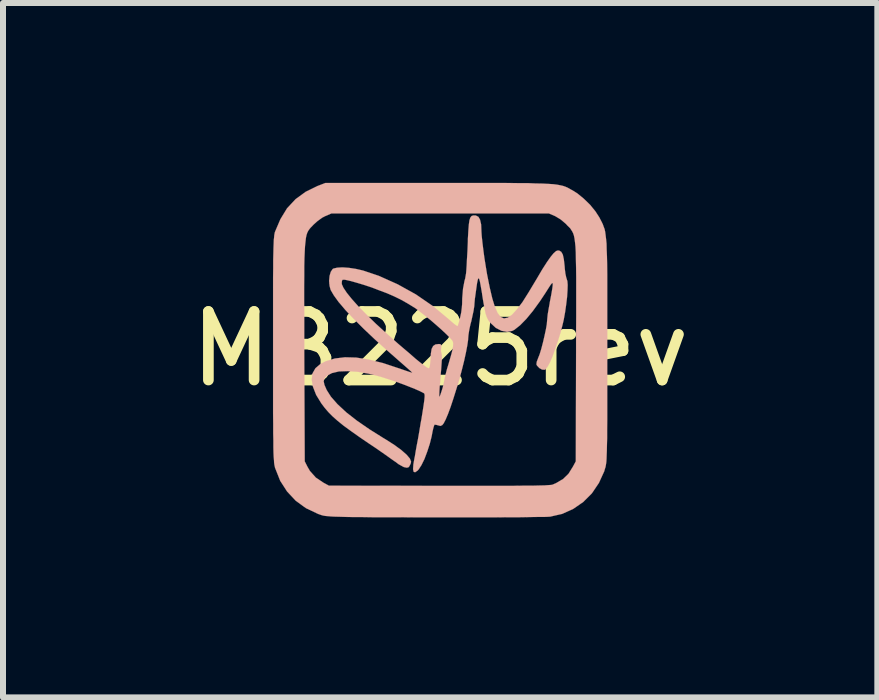
<source format=kicad_pcb>
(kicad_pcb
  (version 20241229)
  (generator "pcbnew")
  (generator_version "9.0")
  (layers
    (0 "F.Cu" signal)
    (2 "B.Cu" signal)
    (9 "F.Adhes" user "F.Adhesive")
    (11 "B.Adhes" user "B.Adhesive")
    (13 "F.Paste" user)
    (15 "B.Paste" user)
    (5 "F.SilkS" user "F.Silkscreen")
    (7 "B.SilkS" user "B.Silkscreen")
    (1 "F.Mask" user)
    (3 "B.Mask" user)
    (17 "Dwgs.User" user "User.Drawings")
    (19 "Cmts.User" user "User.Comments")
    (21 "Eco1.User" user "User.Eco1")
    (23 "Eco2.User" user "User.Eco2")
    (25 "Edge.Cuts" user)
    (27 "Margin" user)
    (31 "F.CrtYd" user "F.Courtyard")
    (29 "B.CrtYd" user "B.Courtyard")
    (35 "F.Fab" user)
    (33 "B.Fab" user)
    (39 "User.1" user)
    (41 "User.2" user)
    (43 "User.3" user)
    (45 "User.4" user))
  (footprint "MB225rev"
    (layer "F.Cu")
    (at 4.289 2.767)
    (property "Reference" "MB225rev" (at 0 0 0) (layer "F.SilkS") (effects (font (size 1.143 1.143) (thickness 0.178))))
    (attr through_hole)
    (fp_poly (pts (xy -2.786 0.61) (xy -2.786 0.853) (xy -2.786 1.067) (xy -2.784 1.247) (xy -2.784 1.402) (xy -2.781 1.532) (xy -2.781 1.641) (xy -2.779 1.727) (xy -2.776 1.798) (xy -2.771 1.854) (xy -2.769 1.897) (xy -2.764 1.933) (xy -2.758 1.961) (xy -2.753 1.984) (xy -2.748 1.996) (xy -2.667 2.2) (xy -2.553 2.377) (xy -2.408 2.532) (xy -2.268 2.634) (xy -2.268 -0.81) (xy -2.268 -1.029) (xy -2.266 -1.217) (xy -2.266 -1.377) (xy -2.263 -1.511) (xy -2.258 -1.626) (xy -2.253 -1.717) (xy -2.245 -1.791) (xy -2.238 -1.852) (xy -2.228 -1.9) (xy -2.215 -1.938) (xy -2.2 -1.968) (xy -2.182 -1.994) (xy -2.162 -2.019) (xy -2.139 -2.042) (xy -2.113 -2.07) (xy -2.045 -2.131) (xy -1.968 -2.187) (xy -1.92 -2.212) (xy -1.814 -2.258) (xy 0 -2.258) (xy 1.814 -2.258) (xy 1.92 -2.212) (xy 2.012 -2.156) (xy 2.098 -2.083) (xy 2.116 -2.062) (xy 2.144 -2.035) (xy 2.167 -2.012) (xy 2.184 -1.986) (xy 2.202 -1.958) (xy 2.217 -1.928) (xy 2.23 -1.89) (xy 2.24 -1.841) (xy 2.248 -1.781) (xy 2.256 -1.704) (xy 2.261 -1.61) (xy 2.263 -1.496) (xy 2.266 -1.359) (xy 2.268 -1.199) (xy 2.268 -1.008) (xy 2.268 -0.787) (xy 2.268 -0.536) (xy 2.266 -0.246) (xy 2.266 0.053) (xy 2.261 1.875) (xy 2.212 1.966) (xy 2.139 2.083) (xy 2.05 2.169) (xy 1.933 2.238) (xy 1.875 2.263) (xy 1.854 2.268) (xy 1.811 2.271) (xy 1.742 2.276) (xy 1.651 2.278) (xy 1.534 2.281) (xy 1.387 2.281) (xy 1.209 2.283) (xy 1.001 2.283) (xy 0.757 2.283) (xy 0.478 2.283) (xy 0.16 2.283) (xy -0.02 2.283) (xy -1.854 2.281) (xy -1.948 2.23) (xy -2.073 2.146) (xy -2.172 2.035) (xy -2.212 1.966) (xy -2.258 1.875) (xy -2.266 0.051) (xy -2.266 -0.272) (xy -2.266 -0.559) (xy -2.268 -0.81) (xy -2.268 2.634) (xy -2.235 2.657) (xy -2.037 2.751) (xy -1.986 2.769) (xy -1.963 2.776) (xy -1.941 2.781) (xy -1.91 2.786) (xy -1.869 2.789) (xy -1.819 2.794) (xy -1.755 2.797) (xy -1.674 2.799) (xy -1.575 2.802) (xy -1.455 2.804) (xy -1.308 2.804) (xy -1.135 2.807) (xy -0.932 2.807) (xy -0.699 2.807) (xy -0.429 2.809) (xy -0.122 2.809) (xy -0.081 2.809) (xy 0.188 2.809) (xy 0.447 2.809) (xy 0.696 2.809) (xy 0.927 2.809) (xy 1.138 2.807) (xy 1.328 2.807) (xy 1.494 2.804) (xy 1.628 2.802) (xy 1.735 2.802) (xy 1.803 2.799) (xy 1.834 2.797) (xy 2.035 2.751) (xy 2.22 2.667) (xy 2.385 2.553) (xy 2.53 2.408) (xy 2.647 2.235) (xy 2.736 2.04) (xy 2.748 1.996) (xy 2.756 1.974) (xy 2.761 1.948) (xy 2.766 1.918) (xy 2.771 1.882) (xy 2.774 1.834) (xy 2.776 1.773) (xy 2.779 1.697) (xy 2.781 1.6) (xy 2.784 1.486) (xy 2.784 1.346) (xy 2.786 1.184) (xy 2.786 0.988) (xy 2.786 0.765) (xy 2.786 0.508) (xy 2.786 0.213) (xy 2.786 0.02) (xy 2.786 -0.302) (xy 2.786 -0.589) (xy 2.786 -0.841) (xy 2.786 -1.057) (xy 2.786 -1.245) (xy 2.784 -1.407) (xy 2.781 -1.544) (xy 2.776 -1.659) (xy 2.774 -1.755) (xy 2.766 -1.834) (xy 2.758 -1.9) (xy 2.751 -1.953) (xy 2.741 -1.999) (xy 2.725 -2.04) (xy 2.713 -2.075) (xy 2.695 -2.113) (xy 2.675 -2.151) (xy 2.654 -2.192) (xy 2.588 -2.294) (xy 2.499 -2.403) (xy 2.395 -2.504) (xy 2.289 -2.591) (xy 2.23 -2.629) (xy 2.189 -2.652) (xy 2.154 -2.672) (xy 2.121 -2.69) (xy 2.085 -2.705) (xy 2.047 -2.718) (xy 2.002 -2.728) (xy 1.948 -2.738) (xy 1.885 -2.746) (xy 1.803 -2.751) (xy 1.709 -2.756) (xy 1.593 -2.758) (xy 1.455 -2.764) (xy 1.293 -2.764) (xy 1.105 -2.766) (xy 0.886 -2.766) (xy 0.635 -2.766) (xy 0.348 -2.766) (xy 0.023 -2.766) (xy -0.02 -2.766) (xy -1.915 -2.766) (xy -2.047 -2.715) (xy -2.243 -2.619) (xy -2.41 -2.497) (xy -2.553 -2.344) (xy -2.664 -2.162) (xy -2.748 -1.966) (xy -2.756 -1.946) (xy -2.761 -1.923) (xy -2.766 -1.895) (xy -2.769 -1.859) (xy -2.774 -1.814) (xy -2.776 -1.758) (xy -2.779 -1.684) (xy -2.781 -1.593) (xy -2.784 -1.481) (xy -2.784 -1.346) (xy -2.786 -1.186) (xy -2.786 -0.998) (xy -2.786 -0.78) (xy -2.786 -0.528) (xy -2.786 -0.239) (xy -2.786 0.01) (xy -2.786 0.328) (xy -2.786 0.61)) (stroke (width 0.003) (type solid)) (fill yes) (layer "B.SilkS"))
    (fp_poly (pts (xy -2.141 0.516) (xy -2.121 0.632) (xy -2.068 0.767) (xy -1.981 0.909) (xy -1.925 0.983) (xy -1.864 1.054) (xy -1.796 1.123) (xy -1.714 1.196) (xy -1.613 1.278) (xy -1.491 1.367) (xy -1.344 1.471) (xy -1.196 1.572) (xy -1.085 1.646) (xy -0.978 1.72) (xy -0.884 1.786) (xy -0.81 1.839) (xy -0.759 1.875) (xy -0.754 1.877) (xy -0.693 1.923) (xy -0.63 1.958) (xy -0.605 1.971) (xy -0.556 1.981) (xy -0.528 1.974) (xy -0.513 1.956) (xy -0.49 1.908) (xy -0.485 1.88) (xy -0.505 1.829) (xy -0.559 1.765) (xy -0.645 1.689) (xy -0.762 1.603) (xy -0.909 1.509) (xy -0.94 1.491) (xy -1.179 1.341) (xy -1.389 1.196) (xy -1.567 1.057) (xy -1.712 0.922) (xy -1.821 0.798) (xy -1.892 0.686) (xy -1.93 0.599) (xy -1.943 0.536) (xy -1.928 0.488) (xy -1.892 0.45) (xy -1.806 0.404) (xy -1.689 0.376) (xy -1.544 0.371) (xy -1.377 0.381) (xy -1.191 0.414) (xy -1.062 0.445) (xy -0.973 0.47) (xy -0.864 0.505) (xy -0.747 0.544) (xy -0.627 0.587) (xy -0.516 0.63) (xy -0.414 0.671) (xy -0.335 0.706) (xy -0.284 0.732) (xy -0.274 0.737) (xy -0.264 0.747) (xy -0.259 0.767) (xy -0.259 0.8) (xy -0.264 0.853) (xy -0.274 0.927) (xy -0.29 1.031) (xy -0.312 1.168) (xy -0.325 1.237) (xy -0.348 1.377) (xy -0.371 1.509) (xy -0.394 1.628) (xy -0.411 1.725) (xy -0.422 1.793) (xy -0.427 1.814) (xy -0.447 1.928) (xy -0.452 2.007) (xy -0.442 2.05) (xy -0.417 2.057) (xy -0.376 2.029) (xy -0.358 2.009) (xy -0.312 1.938) (xy -0.262 1.836) (xy -0.216 1.714) (xy -0.173 1.582) (xy -0.142 1.458) (xy -0.127 1.377) (xy -0.112 1.313) (xy -0.099 1.273) (xy -0.097 1.265) (xy -0.071 1.265) (xy -0.033 1.275) (xy 0.005 1.285) (xy 0.036 1.27) (xy 0.058 1.242) (xy 0.091 1.179) (xy 0.13 1.087) (xy 0.175 0.965) (xy 0.221 0.826) (xy 0.269 0.673) (xy 0.318 0.513) (xy 0.361 0.353) (xy 0.399 0.201) (xy 0.429 0.064) (xy 0.452 -0.056) (xy 0.465 -0.145) (xy 0.467 -0.178) (xy 0.472 -0.234) (xy 0.485 -0.318) (xy 0.505 -0.411) (xy 0.518 -0.457) (xy 0.538 -0.549) (xy 0.556 -0.632) (xy 0.566 -0.696) (xy 0.569 -0.716) (xy 0.572 -0.762) (xy 0.579 -0.838) (xy 0.592 -0.93) (xy 0.602 -1.003) (xy 0.615 -1.095) (xy 0.627 -1.153) (xy 0.638 -1.179) (xy 0.65 -1.168) (xy 0.663 -1.123) (xy 0.678 -1.041) (xy 0.699 -0.919) (xy 0.699 -0.912) (xy 0.721 -0.775) (xy 0.742 -0.671) (xy 0.757 -0.594) (xy 0.775 -0.538) (xy 0.795 -0.495) (xy 0.818 -0.457) (xy 0.843 -0.429) (xy 0.927 -0.351) (xy 1.021 -0.302) (xy 1.115 -0.284) (xy 1.201 -0.3) (xy 1.237 -0.318) (xy 1.333 -0.394) (xy 1.435 -0.498) (xy 1.544 -0.63) (xy 1.666 -0.798) (xy 1.758 -0.937) (xy 1.806 -1.013) (xy 1.841 -1.067) (xy 1.864 -1.095) (xy 1.877 -1.095) (xy 1.877 -1.064) (xy 1.869 -1.001) (xy 1.852 -0.902) (xy 1.826 -0.767) (xy 1.826 -0.762) (xy 1.808 -0.663) (xy 1.793 -0.574) (xy 1.786 -0.505) (xy 1.783 -0.472) (xy 1.778 -0.411) (xy 1.763 -0.325) (xy 1.74 -0.218) (xy 1.714 -0.107) (xy 1.687 -0.003) (xy 1.659 0.089) (xy 1.636 0.147) (xy 1.61 0.216) (xy 1.605 0.259) (xy 1.615 0.279) (xy 1.654 0.32) (xy 1.699 0.345) (xy 1.742 0.348) (xy 1.755 0.343) (xy 1.788 0.3) (xy 1.829 0.226) (xy 1.872 0.127) (xy 1.915 0.005) (xy 1.961 -0.127) (xy 2.004 -0.262) (xy 2.04 -0.399) (xy 2.06 -0.485) (xy 2.083 -0.612) (xy 2.101 -0.739) (xy 2.116 -0.864) (xy 2.123 -0.973) (xy 2.126 -1.067) (xy 2.121 -1.13) (xy 2.111 -1.161) (xy 2.101 -1.194) (xy 2.088 -1.255) (xy 2.078 -1.336) (xy 2.075 -1.379) (xy 2.062 -1.494) (xy 2.045 -1.572) (xy 2.019 -1.618) (xy 1.986 -1.638) (xy 1.963 -1.641) (xy 1.933 -1.631) (xy 1.892 -1.595) (xy 1.844 -1.537) (xy 1.781 -1.448) (xy 1.704 -1.328) (xy 1.613 -1.173) (xy 1.59 -1.135) (xy 1.473 -0.94) (xy 1.372 -0.78) (xy 1.28 -0.658) (xy 1.199 -0.569) (xy 1.128 -0.521) (xy 1.064 -0.508) (xy 1.008 -0.533) (xy 0.958 -0.597) (xy 0.912 -0.701) (xy 0.869 -0.841) (xy 0.826 -1.024) (xy 0.782 -1.242) (xy 0.759 -1.382) (xy 0.737 -1.519) (xy 0.719 -1.654) (xy 0.704 -1.778) (xy 0.693 -1.88) (xy 0.688 -1.953) (xy 0.688 -1.958) (xy 0.683 -2.075) (xy 0.665 -2.154) (xy 0.638 -2.202) (xy 0.592 -2.225) (xy 0.587 -2.225) (xy 0.551 -2.225) (xy 0.523 -2.215) (xy 0.503 -2.189) (xy 0.488 -2.144) (xy 0.478 -2.073) (xy 0.47 -1.971) (xy 0.462 -1.834) (xy 0.462 -1.796) (xy 0.455 -1.631) (xy 0.447 -1.499) (xy 0.442 -1.397) (xy 0.437 -1.321) (xy 0.432 -1.26) (xy 0.424 -1.214) (xy 0.417 -1.173) (xy 0.406 -1.135) (xy 0.381 -1.003) (xy 0.368 -0.843) (xy 0.366 -0.747) (xy 0.361 -0.686) (xy 0.351 -0.607) (xy 0.333 -0.523) (xy 0.315 -0.447) (xy 0.297 -0.391) (xy 0.29 -0.378) (xy 0.272 -0.386) (xy 0.234 -0.414) (xy 0.178 -0.462) (xy 0.135 -0.5) (xy -0.122 -0.714) (xy -0.406 -0.909) (xy -0.709 -1.077) (xy -1.021 -1.217) (xy -1.285 -1.306) (xy -1.402 -1.333) (xy -1.519 -1.351) (xy -1.628 -1.359) (xy -1.717 -1.354) (xy -1.781 -1.339) (xy -1.793 -1.331) (xy -1.824 -1.285) (xy -1.844 -1.217) (xy -1.852 -1.133) (xy -1.844 -1.049) (xy -1.826 -0.983) (xy -1.773 -0.892) (xy -1.692 -0.78) (xy -1.641 -0.721) (xy -1.641 -1.097) (xy -1.638 -1.135) (xy -1.626 -1.153) (xy -1.59 -1.153) (xy -1.554 -1.146) (xy -1.486 -1.13) (xy -1.387 -1.102) (xy -1.27 -1.067) (xy -1.14 -1.024) (xy -1.013 -0.975) (xy -0.892 -0.93) (xy -0.79 -0.886) (xy -0.757 -0.871) (xy -0.653 -0.82) (xy -0.541 -0.757) (xy -0.437 -0.693) (xy -0.417 -0.681) (xy -0.343 -0.625) (xy -0.254 -0.556) (xy -0.16 -0.48) (xy -0.066 -0.399) (xy 0.023 -0.32) (xy 0.102 -0.246) (xy 0.163 -0.185) (xy 0.203 -0.14) (xy 0.213 -0.122) (xy 0.218 -0.089) (xy 0.216 -0.046) (xy 0.206 0.013) (xy 0.185 0.094) (xy 0.152 0.208) (xy 0.142 0.244) (xy 0.114 0.335) (xy 0.091 0.424) (xy 0.076 0.493) (xy 0.071 0.516) (xy 0.058 0.582) (xy 0.041 0.65) (xy 0.02 0.716) (xy 0.003 0.767) (xy -0.01 0.795) (xy -0.015 0.795) (xy -0.015 0.767) (xy -0.013 0.709) (xy -0.008 0.622) (xy 0.003 0.518) (xy 0.008 0.445) (xy 0.018 0.323) (xy 0.025 0.221) (xy 0.028 0.142) (xy 0.025 0.094) (xy 0.023 0.084) (xy 0.013 0.041) (xy 0.015 -0.015) (xy 0.018 -0.061) (xy 0.005 -0.079) (xy -0.023 -0.081) (xy -0.079 -0.074) (xy -0.117 -0.048) (xy -0.142 0) (xy -0.155 0.079) (xy -0.157 0.15) (xy -0.165 0.236) (xy -0.173 0.297) (xy -0.185 0.323) (xy -0.188 0.325) (xy -0.203 0.32) (xy -0.231 0.305) (xy -0.272 0.274) (xy -0.33 0.229) (xy -0.406 0.168) (xy -0.505 0.081) (xy -0.63 -0.025) (xy -0.699 -0.084) (xy -0.894 -0.257) (xy -1.072 -0.419) (xy -1.229 -0.572) (xy -1.364 -0.709) (xy -1.473 -0.831) (xy -1.557 -0.935) (xy -1.613 -1.019) (xy -1.641 -1.082) (xy -1.641 -1.097) (xy -1.641 -0.721) (xy -1.58 -0.648) (xy -1.44 -0.5) (xy -1.275 -0.335) (xy -1.087 -0.157) (xy -0.879 0.03) (xy -0.815 0.086) (xy -0.716 0.173) (xy -0.627 0.251) (xy -0.554 0.315) (xy -0.5 0.363) (xy -0.47 0.391) (xy -0.465 0.396) (xy -0.483 0.394) (xy -0.531 0.378) (xy -0.605 0.353) (xy -0.691 0.323) (xy -0.693 0.323) (xy -0.955 0.236) (xy -1.191 0.178) (xy -1.4 0.145) (xy -1.587 0.14) (xy -1.755 0.16) (xy -1.905 0.206) (xy -1.999 0.254) (xy -2.08 0.323) (xy -2.129 0.409) (xy -2.141 0.516)) (stroke (width 0.003) (type solid)) (fill yes) (layer "B.SilkS")))
  (gr_rect
    (start -3 -3)
    (end 11.578 8.578)
    (stroke (width 0.1) (type default))
    (fill no)
    (layer "Edge.Cuts")))
</source>
